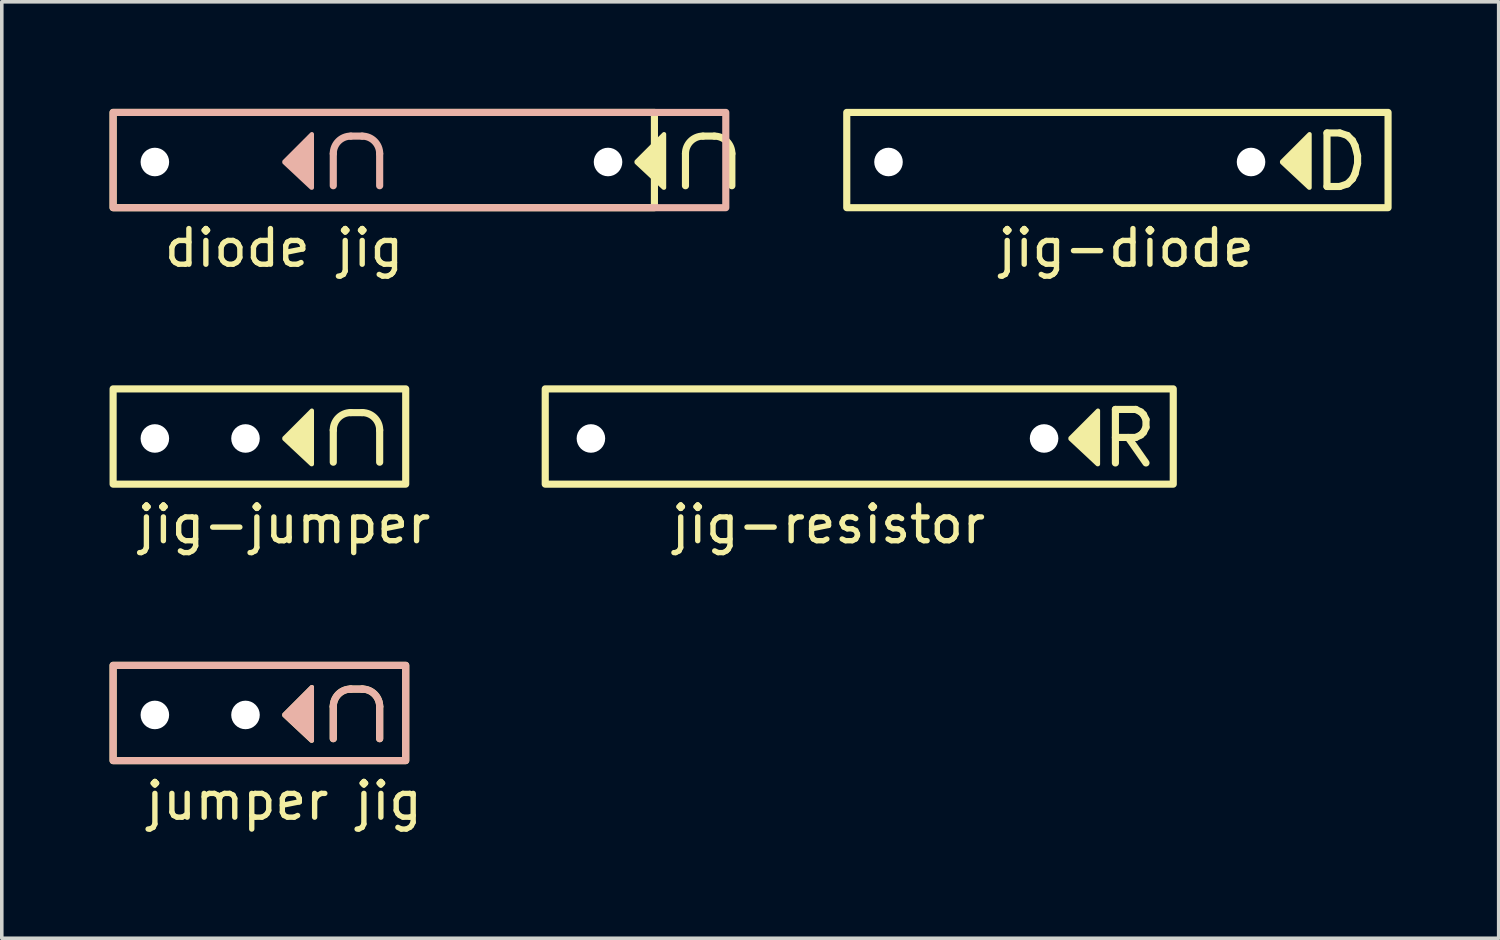
<source format=kicad_pcb>
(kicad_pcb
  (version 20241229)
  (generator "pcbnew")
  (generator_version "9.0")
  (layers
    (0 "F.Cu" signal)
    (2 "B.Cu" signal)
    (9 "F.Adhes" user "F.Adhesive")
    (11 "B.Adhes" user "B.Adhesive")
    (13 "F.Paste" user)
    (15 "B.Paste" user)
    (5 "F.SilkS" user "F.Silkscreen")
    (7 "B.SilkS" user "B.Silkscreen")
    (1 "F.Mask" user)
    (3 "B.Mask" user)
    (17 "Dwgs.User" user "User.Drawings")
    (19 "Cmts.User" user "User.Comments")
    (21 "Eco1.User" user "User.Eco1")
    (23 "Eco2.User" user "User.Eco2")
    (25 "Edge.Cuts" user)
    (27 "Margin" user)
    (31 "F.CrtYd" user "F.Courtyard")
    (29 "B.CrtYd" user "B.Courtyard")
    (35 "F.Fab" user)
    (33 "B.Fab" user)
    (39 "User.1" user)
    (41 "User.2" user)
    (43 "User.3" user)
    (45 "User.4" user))
  (footprint "diode jig"
    (layer "F.Cu")
    (at 1.29 1.49)
    (property "Reference" "diode jig" (at 3.62 2.41 0) (unlocked yes) (layer "F.SilkS") (effects (font (size 1 1) (thickness 0.15))))
    (attr through_hole)
    (fp_line (start 14.87 0.665) (end 14.87 -0.235) (stroke (width 0.2) (type default)) (layer "F.SilkS"))
    (fp_line (start 15.68 -0.725) (end 15.36 -0.725) (stroke (width 0.2) (type default)) (layer "F.SilkS"))
    (fp_line (start 16.17 0.665) (end 16.17 -0.235) (stroke (width 0.2) (type default)) (layer "F.SilkS"))
    (fp_rect (start -1.17 -1.39) (end 14 1.28) (stroke (width 0.2) (type default)) (fill no) (layer "F.SilkS"))
    (fp_arc (start 14.87 -0.234796) (mid 15.013636 -0.581566) (end 15.360407 -0.725203) (stroke (width 0.2) (type default)) (layer "F.SilkS"))
    (fp_arc (start 15.68 -0.725203) (mid 16.026769 -0.581566) (end 16.170407 -0.234796) (stroke (width 0.2) (type default)) (layer "F.SilkS"))
    (fp_poly (pts (xy 14.27 0.72) (xy 14.27 -0.78) (xy 13.5 -0.01) (xy 13.5 0.01) (xy 14.26 0.72)) (stroke (width 0.12) (type solid)) (fill yes) (layer "F.SilkS"))
    (fp_line (start 5 0.665) (end 5 -0.235) (stroke (width 0.2) (type default)) (layer "B.SilkS"))
    (fp_line (start 5.49 -0.725) (end 5.81 -0.725) (stroke (width 0.2) (type default)) (layer "B.SilkS"))
    (fp_line (start 6.3 0.665) (end 6.3 -0.235) (stroke (width 0.2) (type default)) (layer "B.SilkS"))
    (fp_rect (start -1.17 -1.39) (end 16 1.28) (stroke (width 0.2) (type default)) (fill no) (layer "B.SilkS"))
    (fp_arc (start 5 -0.234796) (mid 5.143637 -0.581566) (end 5.490407 -0.725203) (stroke (width 0.2) (type default)) (layer "B.SilkS"))
    (fp_arc (start 5.81 -0.725203) (mid 6.15677 -0.581566) (end 6.300407 -0.234796) (stroke (width 0.2) (type default)) (layer "B.SilkS"))
    (fp_poly (pts (xy 4.4 0.72) (xy 4.4 -0.78) (xy 3.63 -0.01) (xy 3.63 0.01) (xy 4.39 0.72)) (stroke (width 0.12) (type solid)) (fill yes) (layer "B.SilkS"))
    (pad "" np_thru_hole circle (at 0 0) (size 0.8 0.8) (drill 0.8) (layers "*.Cu" "*.Mask"))
    (pad "" np_thru_hole circle (at 12.7 0) (size 0.8 0.8) (drill 0.8) (layers "*.Cu" "*.Mask"))
    (zone (net_name "") (layers "F.Cu" "B.Cu" "Margin") (name "fill keepout") (hatch edge 0.5) (connect_pads) (min_thickness 0.25) (filled_areas_thickness no) (keepout (tracks allowed) (vias allowed) (pads allowed) (copperpour not_allowed) (footprints allowed)) (placement (enabled no)) (fill) (polygon (pts (xy 0 0) (xy 0 2.89) (xy 8.37 2.89) (xy 8.45 2.81) (xy 8.45 0.02) (xy 8.43 0) (xy 0.01 0)))))
  (footprint "jig-jumper"
    (layer "F.Cu")
    (at 1.29 9.238)
    (property "Reference" "jig-jumper" (at 3.62 2.41 0) (unlocked yes) (layer "F.SilkS") (effects (font (size 1 1) (thickness 0.15))))
    (attr through_hole)
    (fp_line (start 5 0.665) (end 5 -0.235) (stroke (width 0.2) (type default)) (layer "F.SilkS"))
    (fp_line (start 5.81 -0.725) (end 5.49 -0.725) (stroke (width 0.2) (type default)) (layer "F.SilkS"))
    (fp_line (start 6.3 0.665) (end 6.3 -0.235) (stroke (width 0.2) (type default)) (layer "F.SilkS"))
    (fp_rect (start 7.03 -1.39) (end -1.17 1.28) (stroke (width 0.2) (type default)) (fill no) (layer "F.SilkS"))
    (fp_arc (start 5 -0.234796) (mid 5.143637 -0.581566) (end 5.490407 -0.725203) (stroke (width 0.2) (type default)) (layer "F.SilkS"))
    (fp_arc (start 5.81 -0.725203) (mid 6.15677 -0.581566) (end 6.300407 -0.234796) (stroke (width 0.2) (type default)) (layer "F.SilkS"))
    (fp_poly (pts (xy 4.4 0.72) (xy 4.4 -0.78) (xy 3.63 -0.01) (xy 3.63 0.01) (xy 4.39 0.72)) (stroke (width 0.12) (type solid)) (fill yes) (layer "F.SilkS"))
    (pad "" np_thru_hole circle (at 0 0) (size 0.8 0.8) (drill 0.8) (layers "*.Cu" "*.Mask"))
    (pad "" np_thru_hole circle (at 2.54 0) (size 0.8 0.8) (drill 0.8) (layers "*.Cu" "*.Mask"))
    (zone (net_name "") (layers "F.Cu" "B.Cu" "Margin") (name "fill keepout") (hatch edge 0.5) (connect_pads) (min_thickness 0.25) (filled_areas_thickness no) (keepout (tracks allowed) (vias allowed) (pads allowed) (copperpour not_allowed) (footprints allowed)) (placement (enabled no)) (fill) (polygon (pts (xy 0 7.748) (xy 0 10.638) (xy 8.37 10.638) (xy 8.45 10.558) (xy 8.45 7.768) (xy 8.43 7.748) (xy 0.01 7.748)))))
  (footprint "jig-resistor"
    (layer "F.Cu")
    (at 13.51 9.238)
    (property "Reference" "jig-resistor" (at 6.66 2.41 0) (unlocked yes) (layer "F.SilkS") (effects (font (size 1 1) (thickness 0.15))))
    (attr through_hole)
    (fp_rect (start -1.28 -1.39) (end 16.32 1.28) (stroke (width 0.2) (type default)) (fill no) (layer "F.SilkS"))
    (fp_poly (pts (xy 14.21 0.72) (xy 14.21 -0.78) (xy 13.44 -0.01) (xy 13.44 0.01) (xy 14.2 0.72)) (stroke (width 0.12) (type solid)) (fill yes) (layer "F.SilkS"))
    (fp_text user "R" (at 14.21 0.88 0) (unlocked yes) (layer "F.SilkS") (effects (font (size 1.5 1.5) (thickness 0.2)) (justify left bottom)))
    (pad "" np_thru_hole circle (at 0 0) (size 0.8 0.8) (drill 0.8) (layers "*.Cu" "*.Mask"))
    (pad "" np_thru_hole circle (at 12.7 0) (size 0.8 0.8) (drill 0.8) (layers "*.Cu" "*.Mask"))
    (zone (net_name "") (layers "F.Cu" "B.Cu" "Margin") (name "fill keepout") (hatch edge 0.5) (connect_pads) (min_thickness 0.25) (filled_areas_thickness no) (keepout (tracks allowed) (vias allowed) (pads allowed) (copperpour not_allowed) (footprints allowed)) (placement (enabled no)) (fill) (polygon (pts (xy 12.22 7.748) (xy 12.22 10.638) (xy 29.839 10.638) (xy 29.819 7.774) (xy 29.427 7.774) (xy 20.65 7.748) (xy 12.23 7.748)))))
  (footprint "jig-diode"
    (layer "F.Cu")
    (at 21.85 1.49)
    (property "Reference" "jig-diode" (at 6.66 2.41 0) (unlocked yes) (layer "F.SilkS") (effects (font (size 1 1) (thickness 0.15))))
    (attr through_hole)
    (fp_rect (start -1.17 -1.39) (end 14 1.28) (stroke (width 0.2) (type default)) (fill no) (layer "F.SilkS"))
    (fp_poly (pts (xy 11.8 0.72) (xy 11.8 -0.78) (xy 11.03 -0.01) (xy 11.03 0.01) (xy 11.79 0.72)) (stroke (width 0.12) (type solid)) (fill yes) (layer "F.SilkS"))
    (fp_text user "D" (at 11.8 0.88 0) (unlocked yes) (layer "F.SilkS") (effects (font (size 1.5 1.5) (thickness 0.2)) (justify left bottom)))
    (pad "" np_thru_hole circle (at 0 0) (size 0.8 0.8) (drill 0.8) (layers "*.Cu" "*.Mask"))
    (pad "" np_thru_hole circle (at 10.16 0) (size 0.8 0.8) (drill 0.8) (layers "*.Cu" "*.Mask"))
    (zone (net_name "") (layers "F.Cu" "B.Cu" "Margin") (name "fill keepout") (hatch edge 0.5) (connect_pads) (min_thickness 0.25) (filled_areas_thickness no) (keepout (tracks allowed) (vias allowed) (pads allowed) (copperpour not_allowed) (footprints allowed)) (placement (enabled no)) (fill) (polygon (pts (xy 20.56 0) (xy 20.56 2.89) (xy 35.84 2.89) (xy 35.84 2.81) (xy 35.9 0.02) (xy 28.99 0) (xy 20.57 0)))))
  (footprint "jumper jig"
    (layer "F.Cu")
    (at 1.29 16.986)
    (property "Reference" "jumper jig" (at 3.62 2.41 0) (unlocked yes) (layer "F.SilkS") (effects (font (size 1 1) (thickness 0.15))))
    (attr through_hole)
    (fp_line (start 5 0.665) (end 5 -0.235) (stroke (width 0.2) (type default)) (layer "F.SilkS"))
    (fp_line (start 5.81 -0.725) (end 5.49 -0.725) (stroke (width 0.2) (type default)) (layer "F.SilkS"))
    (fp_line (start 6.3 0.665) (end 6.3 -0.235) (stroke (width 0.2) (type default)) (layer "F.SilkS"))
    (fp_rect (start 7.03 -1.39) (end -1.17 1.28) (stroke (width 0.2) (type default)) (fill no) (layer "F.SilkS"))
    (fp_arc (start 5 -0.234796) (mid 5.143637 -0.581566) (end 5.490407 -0.725203) (stroke (width 0.2) (type default)) (layer "F.SilkS"))
    (fp_arc (start 5.81 -0.725203) (mid 6.15677 -0.581566) (end 6.300407 -0.234796) (stroke (width 0.2) (type default)) (layer "F.SilkS"))
    (fp_poly (pts (xy 4.4 0.72) (xy 4.4 -0.78) (xy 3.63 -0.01) (xy 3.63 0.01) (xy 4.39 0.72)) (stroke (width 0.12) (type solid)) (fill yes) (layer "F.SilkS"))
    (fp_line (start 5 0.665) (end 5 -0.235) (stroke (width 0.2) (type default)) (layer "B.SilkS"))
    (fp_line (start 5.49 -0.725) (end 5.81 -0.725) (stroke (width 0.2) (type default)) (layer "B.SilkS"))
    (fp_line (start 6.3 0.665) (end 6.3 -0.235) (stroke (width 0.2) (type default)) (layer "B.SilkS"))
    (fp_rect (start -1.17 -1.39) (end 7.03 1.28) (stroke (width 0.2) (type default)) (fill no) (layer "B.SilkS"))
    (fp_arc (start 5 -0.234796) (mid 5.143637 -0.581566) (end 5.490407 -0.725203) (stroke (width 0.2) (type default)) (layer "B.SilkS"))
    (fp_arc (start 5.81 -0.725203) (mid 6.15677 -0.581566) (end 6.300407 -0.234796) (stroke (width 0.2) (type default)) (layer "B.SilkS"))
    (fp_poly (pts (xy 4.4 0.72) (xy 4.4 -0.78) (xy 3.63 -0.01) (xy 3.63 0.01) (xy 4.39 0.72)) (stroke (width 0.12) (type solid)) (fill yes) (layer "B.SilkS"))
    (pad "" np_thru_hole circle (at 0 0) (size 0.8 0.8) (drill 0.8) (layers "*.Cu" "*.Mask"))
    (pad "" np_thru_hole circle (at 2.54 0) (size 0.8 0.8) (drill 0.8) (layers "*.Cu" "*.Mask"))
    (zone (net_name "") (layers "F.Cu" "B.Cu" "Margin") (name "fill keepout") (hatch edge 0.5) (connect_pads) (min_thickness 0.25) (filled_areas_thickness no) (keepout (tracks allowed) (vias allowed) (pads allowed) (copperpour not_allowed) (footprints allowed)) (placement (enabled no)) (fill) (polygon (pts (xy 0 15.496) (xy 0 18.387) (xy 8.37 18.387) (xy 8.45 18.306) (xy 8.45 15.517) (xy 8.43 15.496) (xy 0.01 15.496)))))
  (gr_rect
    (start -3 -3)
    (end 38.95 23.245)
    (stroke (width 0.1) (type default))
    (fill no)
    (layer "Edge.Cuts")))
</source>
